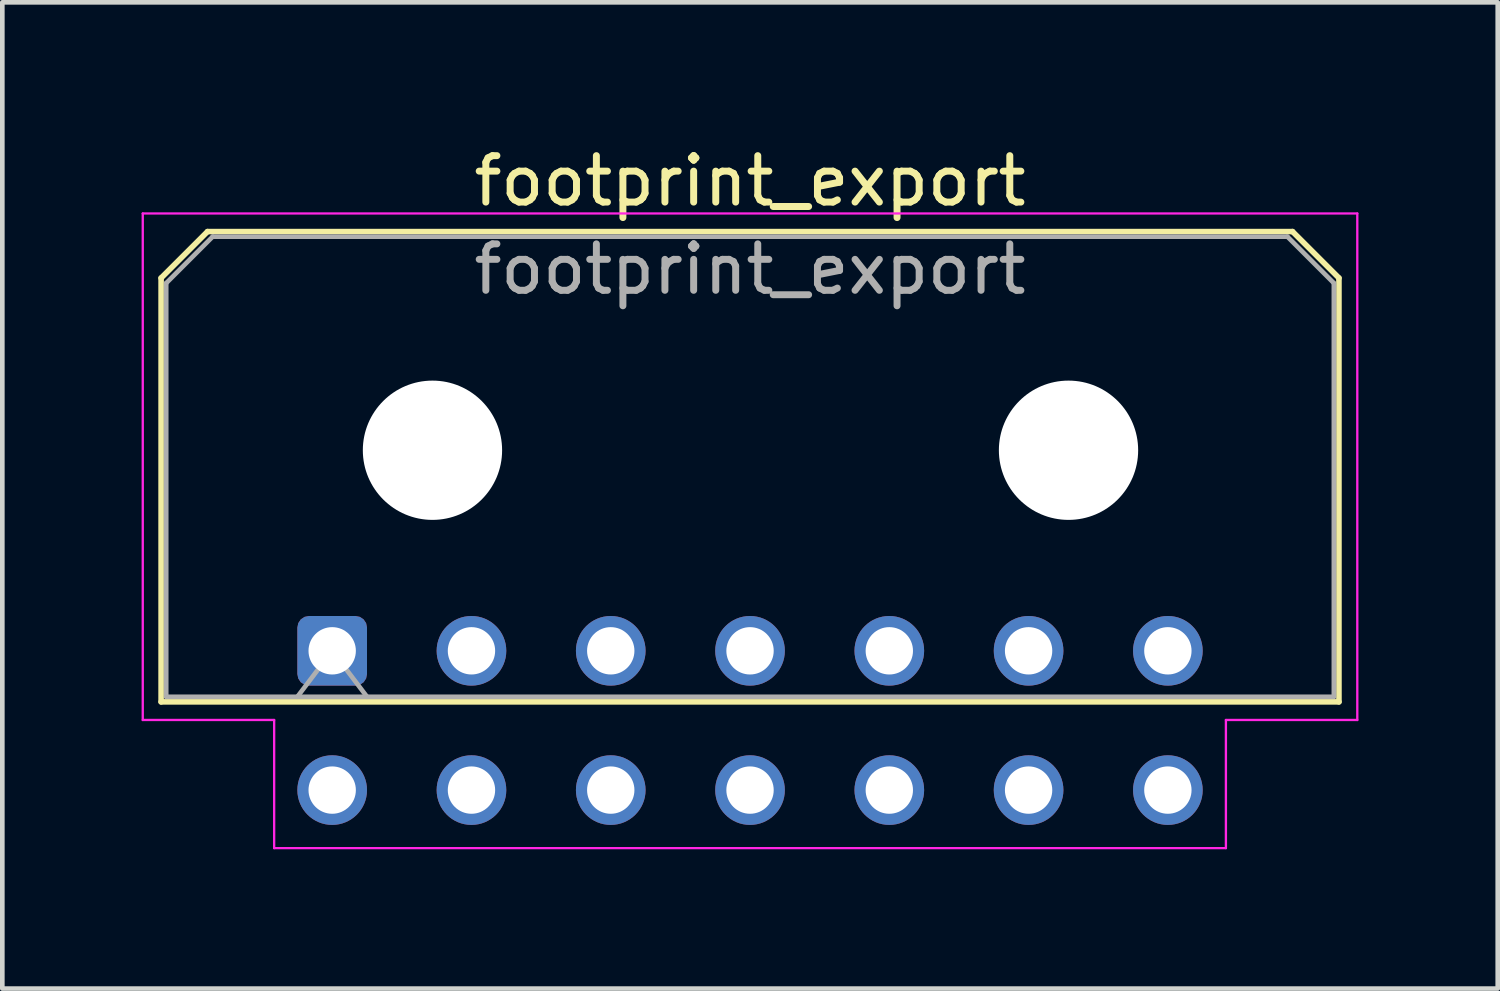
<source format=kicad_pcb>
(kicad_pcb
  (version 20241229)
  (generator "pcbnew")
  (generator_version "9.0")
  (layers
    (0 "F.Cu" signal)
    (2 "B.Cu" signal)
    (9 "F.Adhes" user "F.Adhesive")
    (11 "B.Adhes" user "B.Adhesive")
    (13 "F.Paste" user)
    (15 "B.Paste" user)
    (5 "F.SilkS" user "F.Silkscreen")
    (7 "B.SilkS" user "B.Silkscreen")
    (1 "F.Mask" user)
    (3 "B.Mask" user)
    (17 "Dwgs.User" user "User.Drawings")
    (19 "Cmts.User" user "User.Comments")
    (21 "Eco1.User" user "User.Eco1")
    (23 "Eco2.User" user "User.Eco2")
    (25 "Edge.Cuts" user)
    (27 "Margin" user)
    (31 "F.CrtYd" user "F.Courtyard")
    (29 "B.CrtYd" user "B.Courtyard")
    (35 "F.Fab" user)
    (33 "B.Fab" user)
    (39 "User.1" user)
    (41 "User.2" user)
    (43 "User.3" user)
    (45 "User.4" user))
  (footprint "footprint_export"
    (layer "F.Cu")
    (at 4.105 10.968)
    (property "Reference" "footprint_export" (at 9 -10.12 0) (layer "F.SilkS") (effects (font (size 1 1) (thickness 0.15))))
    (attr through_hole)
    (fp_line (start -3.685 -8.03) (end -2.685 -9.03) (stroke (width 0.12) (type solid)) (layer "F.SilkS"))
    (fp_line (start -3.685 1.1) (end -3.685 -8.03) (stroke (width 0.12) (type solid)) (layer "F.SilkS"))
    (fp_line (start -2.685 -9.03) (end 20.685 -9.03) (stroke (width 0.12) (type solid)) (layer "F.SilkS"))
    (fp_line (start 20.685 -9.03) (end 21.685 -8.03) (stroke (width 0.12) (type solid)) (layer "F.SilkS"))
    (fp_line (start 21.685 -8.03) (end 21.685 1.1) (stroke (width 0.12) (type solid)) (layer "F.SilkS"))
    (fp_line (start 21.685 1.1) (end -3.685 1.1) (stroke (width 0.12) (type solid)) (layer "F.SilkS"))
    (fp_line (start -4.08 -9.42) (end 22.08 -9.42) (stroke (width 0.05) (type solid)) (layer "F.CrtYd"))
    (fp_line (start -4.08 1.49) (end -4.08 -9.42) (stroke (width 0.05) (type solid)) (layer "F.CrtYd"))
    (fp_line (start -1.25 1.49) (end -4.08 1.49) (stroke (width 0.05) (type solid)) (layer "F.CrtYd"))
    (fp_line (start -1.25 4.25) (end -1.25 1.49) (stroke (width 0.05) (type solid)) (layer "F.CrtYd"))
    (fp_line (start 19.25 1.49) (end 19.25 4.25) (stroke (width 0.05) (type solid)) (layer "F.CrtYd"))
    (fp_line (start 19.25 4.25) (end -1.25 4.25) (stroke (width 0.05) (type solid)) (layer "F.CrtYd"))
    (fp_line (start 22.08 -9.42) (end 22.08 1.49) (stroke (width 0.05) (type solid)) (layer "F.CrtYd"))
    (fp_line (start 22.08 1.49) (end 19.25 1.49) (stroke (width 0.05) (type solid)) (layer "F.CrtYd"))
    (fp_line (start -3.575 -7.92) (end -2.575 -8.92) (stroke (width 0.1) (type solid)) (layer "F.Fab"))
    (fp_line (start -3.575 0.99) (end -3.575 -7.92) (stroke (width 0.1) (type solid)) (layer "F.Fab"))
    (fp_line (start -2.575 -8.92) (end 20.575 -8.92) (stroke (width 0.1) (type solid)) (layer "F.Fab"))
    (fp_line (start -0.75 0.99) (end 0 0) (stroke (width 0.1) (type solid)) (layer "F.Fab"))
    (fp_line (start 0 0) (end 0.75 0.99) (stroke (width 0.1) (type solid)) (layer "F.Fab"))
    (fp_line (start 20.575 -8.92) (end 21.575 -7.92) (stroke (width 0.1) (type solid)) (layer "F.Fab"))
    (fp_line (start 21.575 -7.92) (end 21.575 0.99) (stroke (width 0.1) (type solid)) (layer "F.Fab"))
    (fp_line (start 21.575 0.99) (end -3.575 0.99) (stroke (width 0.1) (type solid)) (layer "F.Fab"))
    (fp_text user "${REFERENCE}" (at 9 -8.22 0) (layer "F.Fab") (effects (font (size 1 1) (thickness 0.15))))
    (pad "" np_thru_hole circle (at 2.16 -4.32) (size 3 3) (drill 3) (layers "*.Cu" "*.Mask"))
    (pad "" np_thru_hole circle (at 15.86 -4.32) (size 3 3) (drill 3) (layers "*.Cu" "*.Mask"))
    (pad "1" thru_hole roundrect (at 0 0) (size 1.5 1.5) (drill 1.02) (layers "*.Cu" "*.Mask") (roundrect_rratio 0.167))
    (pad "2" thru_hole circle (at 3 0) (size 1.5 1.5) (drill 1.02) (layers "*.Cu" "*.Mask"))
    (pad "3" thru_hole circle (at 6 0) (size 1.5 1.5) (drill 1.02) (layers "*.Cu" "*.Mask"))
    (pad "4" thru_hole circle (at 9 0) (size 1.5 1.5) (drill 1.02) (layers "*.Cu" "*.Mask"))
    (pad "5" thru_hole circle (at 12 0) (size 1.5 1.5) (drill 1.02) (layers "*.Cu" "*.Mask"))
    (pad "6" thru_hole circle (at 15 0) (size 1.5 1.5) (drill 1.02) (layers "*.Cu" "*.Mask"))
    (pad "7" thru_hole circle (at 18 0) (size 1.5 1.5) (drill 1.02) (layers "*.Cu" "*.Mask"))
    (pad "8" thru_hole circle (at 0 3) (size 1.5 1.5) (drill 1.02) (layers "*.Cu" "*.Mask"))
    (pad "9" thru_hole circle (at 3 3) (size 1.5 1.5) (drill 1.02) (layers "*.Cu" "*.Mask"))
    (pad "10" thru_hole circle (at 6 3) (size 1.5 1.5) (drill 1.02) (layers "*.Cu" "*.Mask"))
    (pad "11" thru_hole circle (at 9 3) (size 1.5 1.5) (drill 1.02) (layers "*.Cu" "*.Mask"))
    (pad "12" thru_hole circle (at 12 3) (size 1.5 1.5) (drill 1.02) (layers "*.Cu" "*.Mask"))
    (pad "13" thru_hole circle (at 15 3) (size 1.5 1.5) (drill 1.02) (layers "*.Cu" "*.Mask"))
    (pad "14" thru_hole circle (at 18 3) (size 1.5 1.5) (drill 1.02) (layers "*.Cu" "*.Mask")))
  (gr_rect
    (start -3 -3)
    (end 29.21 18.243)
    (stroke (width 0.1) (type default))
    (fill no)
    (layer "Edge.Cuts")))
</source>
